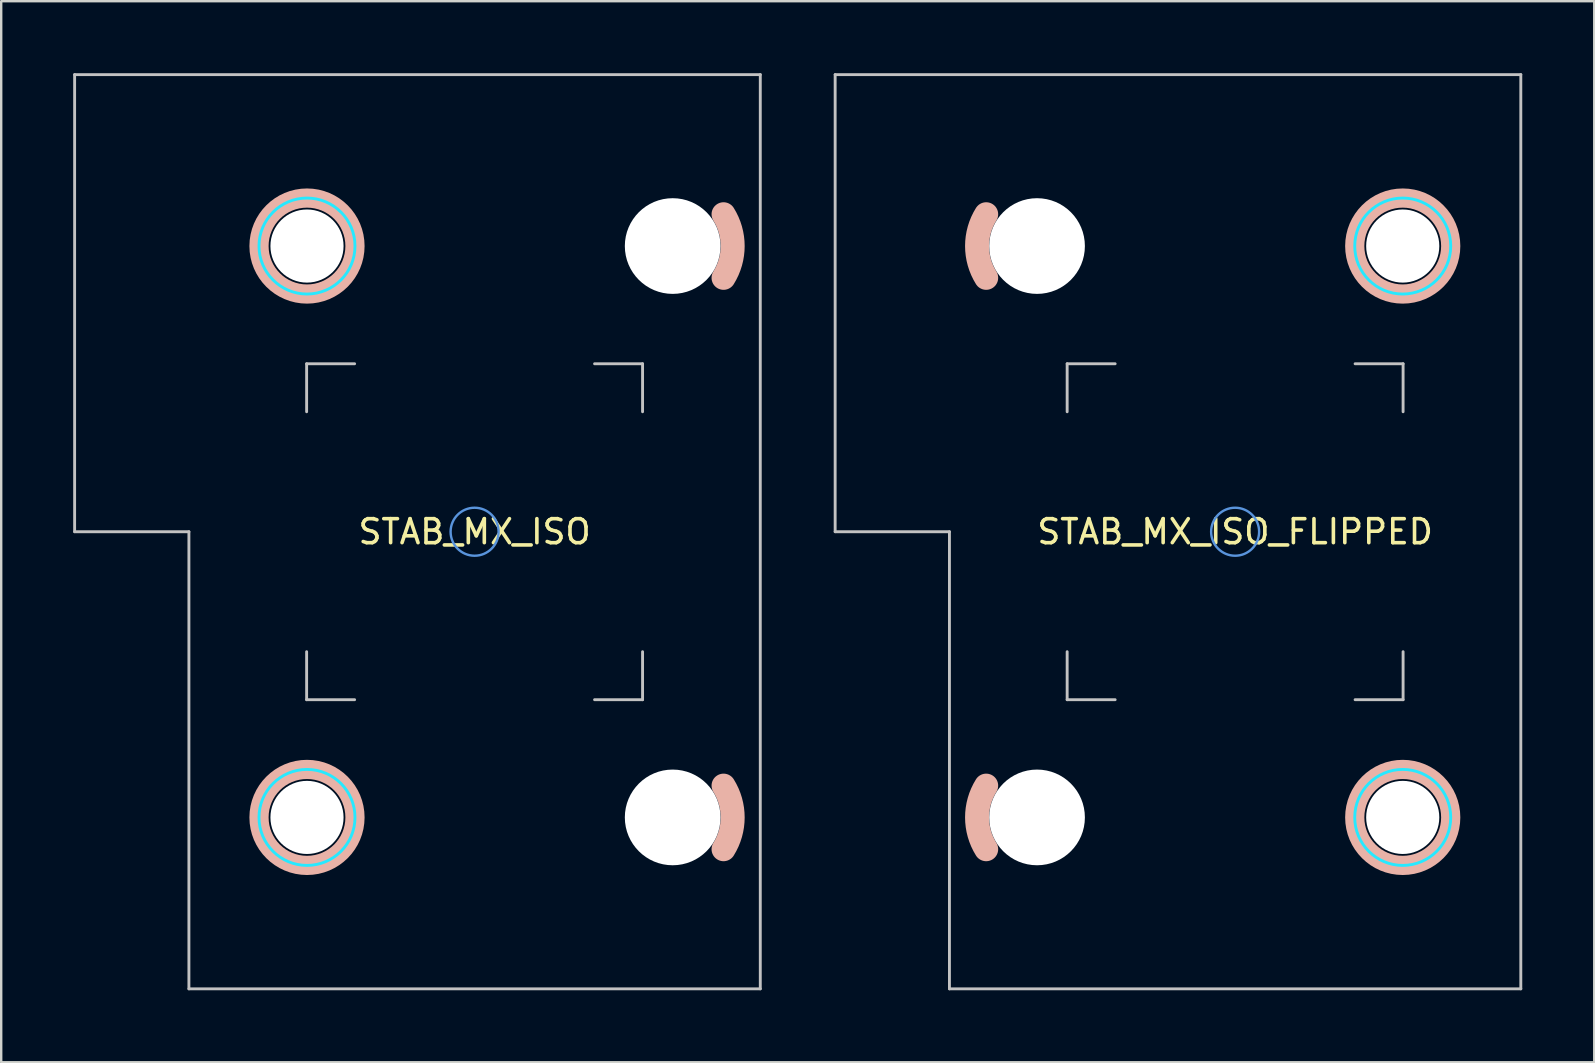
<source format=kicad_pcb>
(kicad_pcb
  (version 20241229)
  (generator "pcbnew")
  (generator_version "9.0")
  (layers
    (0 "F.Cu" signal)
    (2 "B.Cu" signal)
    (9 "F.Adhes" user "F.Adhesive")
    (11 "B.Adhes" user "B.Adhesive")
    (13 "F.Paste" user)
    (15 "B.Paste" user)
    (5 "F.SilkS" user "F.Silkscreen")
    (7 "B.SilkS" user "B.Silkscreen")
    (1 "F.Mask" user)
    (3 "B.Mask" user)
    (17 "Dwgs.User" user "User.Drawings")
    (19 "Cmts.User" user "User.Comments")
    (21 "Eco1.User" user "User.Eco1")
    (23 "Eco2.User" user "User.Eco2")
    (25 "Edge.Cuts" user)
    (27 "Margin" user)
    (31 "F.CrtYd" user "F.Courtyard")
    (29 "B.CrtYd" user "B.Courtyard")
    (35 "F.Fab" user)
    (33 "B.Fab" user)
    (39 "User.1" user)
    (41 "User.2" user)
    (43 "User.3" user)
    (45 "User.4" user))
  (footprint "STAB_MX_ISO"
    (layer "F.Cu")
    (at 16.729 19.11)
    (property "Reference" "STAB_MX_ISO" (at 0 0 180) (layer "F.SilkS") (effects (font (size 1 1) (thickness 0.15))))
    (attr through_hole exclude_from_pos_files exclude_from_bom)
    (fp_arc (start 10.374995 -13.231248) (mid 10.755 -11.90625) (end 10.374995 -10.581252) (stroke (width 1) (type default)) (layer "B.SilkS"))
    (fp_arc (start 10.374995 10.581252) (mid 10.755 11.90625) (end 10.374995 13.231248) (stroke (width 1) (type default)) (layer "B.SilkS"))
    (fp_circle (center -6.985 -11.906) (end -6.985 -9.906) (stroke (width 0.8) (type solid)) (fill no) (layer "B.SilkS"))
    (fp_circle (center -6.985 11.906) (end -6.985 13.906) (stroke (width 0.8) (type solid)) (fill no) (layer "B.SilkS"))
    (fp_line (start -16.669 -19.05) (end -16.669 0) (stroke (width 0.12) (type solid)) (layer "Dwgs.User"))
    (fp_line (start -16.669 0) (end -11.906 0) (stroke (width 0.12) (type solid)) (layer "Dwgs.User"))
    (fp_line (start -11.906 0) (end -11.906 19.05) (stroke (width 0.12) (type solid)) (layer "Dwgs.User"))
    (fp_line (start -11.906 19.05) (end 11.906 19.05) (stroke (width 0.12) (type solid)) (layer "Dwgs.User"))
    (fp_line (start -7 -7) (end -5 -7) (stroke (width 0.12) (type solid)) (layer "Dwgs.User"))
    (fp_line (start -7 -5) (end -7 -7) (stroke (width 0.12) (type solid)) (layer "Dwgs.User"))
    (fp_line (start -7 7) (end -7 5) (stroke (width 0.12) (type solid)) (layer "Dwgs.User"))
    (fp_line (start -5 7) (end -7 7) (stroke (width 0.12) (type solid)) (layer "Dwgs.User"))
    (fp_line (start 7 -7) (end 5 -7) (stroke (width 0.12) (type solid)) (layer "Dwgs.User"))
    (fp_line (start 7 -5) (end 7 -7) (stroke (width 0.12) (type solid)) (layer "Dwgs.User"))
    (fp_line (start 7 5) (end 7 7) (stroke (width 0.12) (type solid)) (layer "Dwgs.User"))
    (fp_line (start 7 7) (end 5 7) (stroke (width 0.12) (type solid)) (layer "Dwgs.User"))
    (fp_line (start 11.906 -19.05) (end -16.669 -19.05) (stroke (width 0.12) (type solid)) (layer "Dwgs.User"))
    (fp_line (start 11.906 19.05) (end 11.906 -19.05) (stroke (width 0.12) (type solid)) (layer "Dwgs.User"))
    (fp_circle (center 0 0) (end 0 -1) (stroke (width 0.1) (type default)) (fill no) (layer "Cmts.User"))
    (fp_line (start -6 -9.031) (end -6 -14.78) (stroke (width 0.05) (type solid)) (layer "Eco2.User"))
    (fp_line (start -6 14.781) (end -6 9.031) (stroke (width 0.05) (type solid)) (layer "Eco2.User"))
    (fp_line (start -5.5 -15.28) (end 7.5 -15.281) (stroke (width 0.05) (type solid)) (layer "Eco2.User"))
    (fp_line (start -5.5 -8.531) (end 7.5 -8.531) (stroke (width 0.05) (type solid)) (layer "Eco2.User"))
    (fp_line (start -5.5 8.531) (end 7.5 8.531) (stroke (width 0.05) (type solid)) (layer "Eco2.User"))
    (fp_line (start -5.5 15.281) (end 7.5 15.281) (stroke (width 0.05) (type solid)) (layer "Eco2.User"))
    (fp_line (start 8 -9.031) (end 8 -14.781) (stroke (width 0.05) (type solid)) (layer "Eco2.User"))
    (fp_line (start 8 14.781) (end 8 9.031) (stroke (width 0.05) (type solid)) (layer "Eco2.User"))
    (fp_arc (start -5.999999 -14.780039) (mid -5.853552 -15.133592) (end -5.499999 -15.280039) (stroke (width 0.05) (type solid)) (layer "Eco2.User"))
    (fp_arc (start -5.999999 9.03125) (mid -5.853552 8.677697) (end -5.499999 8.53125) (stroke (width 0.05) (type solid)) (layer "Eco2.User"))
    (fp_arc (start -5.499999 -8.53125) (mid -5.853552 -8.677697) (end -5.999999 -9.03125) (stroke (width 0.05) (type solid)) (layer "Eco2.User"))
    (fp_arc (start -5.499999 15.28125) (mid -5.853552 15.134803) (end -5.999999 14.78125) (stroke (width 0.05) (type solid)) (layer "Eco2.User"))
    (fp_arc (start 7.500001 -15.28125) (mid 7.853554 -15.134803) (end 8.000001 -14.78125) (stroke (width 0.05) (type solid)) (layer "Eco2.User"))
    (fp_arc (start 7.500001 8.53125) (mid 7.853554 8.677697) (end 8.000001 9.03125) (stroke (width 0.05) (type solid)) (layer "Eco2.User"))
    (fp_arc (start 8.000001 -9.03125) (mid 7.853554 -8.677697) (end 7.500001 -8.53125) (stroke (width 0.05) (type solid)) (layer "Eco2.User"))
    (fp_arc (start 8.000001 14.78125) (mid 7.853554 15.134803) (end 7.500001 15.28125) (stroke (width 0.05) (type solid)) (layer "Eco2.User"))
    (fp_circle (center -6.985 -11.906) (end -4.985 -11.906) (stroke (width 0.12) (type solid)) (fill no) (layer "B.CrtYd"))
    (fp_circle (center -6.985 11.906) (end -4.985 11.906) (stroke (width 0.12) (type solid)) (fill no) (layer "B.CrtYd"))
    (pad "" np_thru_hole circle (at -6.985 -11.906 90) (size 3.048 3.048) (drill 3.048) (layers "*.Cu" "*.Mask"))
    (pad "" np_thru_hole circle (at -6.985 11.906 90) (size 3.048 3.048) (drill 3.048) (layers "*.Cu" "*.Mask"))
    (pad "" np_thru_hole circle (at 8.255 -11.906 90) (size 3.988 3.988) (drill 3.988) (layers "*.Cu" "*.Mask"))
    (pad "" np_thru_hole circle (at 8.255 11.906 90) (size 3.988 3.988) (drill 3.988) (layers "*.Cu" "*.Mask")))
  (footprint "STAB_MX_ISO_FLIPPED"
    (layer "F.Cu")
    (at 48.424 19.11)
    (property "Reference" "STAB_MX_ISO_FLIPPED" (at 0 0 0) (layer "F.SilkS") (effects (font (size 1 1) (thickness 0.15))))
    (attr through_hole exclude_from_pos_files exclude_from_bom)
    (fp_arc (start -10.374995 -10.581252) (mid -10.755 -11.90625) (end -10.374995 -13.231248) (stroke (width 1) (type default)) (layer "B.SilkS"))
    (fp_arc (start -10.374995 13.231248) (mid -10.755 11.90625) (end -10.374995 10.581252) (stroke (width 1) (type default)) (layer "B.SilkS"))
    (fp_circle (center 6.985 -11.906) (end 6.985 -13.906) (stroke (width 0.8) (type solid)) (fill no) (layer "B.SilkS"))
    (fp_circle (center 6.985 11.906) (end 6.985 9.906) (stroke (width 0.8) (type solid)) (fill no) (layer "B.SilkS"))
    (fp_line (start -16.669 -19.05) (end -16.669 0) (stroke (width 0.12) (type solid)) (layer "Dwgs.User"))
    (fp_line (start -16.669 0) (end -11.906 0) (stroke (width 0.12) (type solid)) (layer "Dwgs.User"))
    (fp_line (start -11.906 0) (end -11.906 19.05) (stroke (width 0.12) (type solid)) (layer "Dwgs.User"))
    (fp_line (start -11.906 19.05) (end 11.906 19.05) (stroke (width 0.12) (type solid)) (layer "Dwgs.User"))
    (fp_line (start -7 -7) (end -5 -7) (stroke (width 0.12) (type solid)) (layer "Dwgs.User"))
    (fp_line (start -7 -5) (end -7 -7) (stroke (width 0.12) (type solid)) (layer "Dwgs.User"))
    (fp_line (start -7 7) (end -7 5) (stroke (width 0.12) (type solid)) (layer "Dwgs.User"))
    (fp_line (start -5 7) (end -7 7) (stroke (width 0.12) (type solid)) (layer "Dwgs.User"))
    (fp_line (start 7 -7) (end 5 -7) (stroke (width 0.12) (type solid)) (layer "Dwgs.User"))
    (fp_line (start 7 -5) (end 7 -7) (stroke (width 0.12) (type solid)) (layer "Dwgs.User"))
    (fp_line (start 7 5) (end 7 7) (stroke (width 0.12) (type solid)) (layer "Dwgs.User"))
    (fp_line (start 7 7) (end 5 7) (stroke (width 0.12) (type solid)) (layer "Dwgs.User"))
    (fp_line (start 11.906 -19.05) (end -16.669 -19.05) (stroke (width 0.12) (type solid)) (layer "Dwgs.User"))
    (fp_line (start 11.906 19.05) (end 11.906 -19.05) (stroke (width 0.12) (type solid)) (layer "Dwgs.User"))
    (fp_circle (center 0 0) (end 0 -1) (stroke (width 0.1) (type default)) (fill no) (layer "Cmts.User"))
    (fp_line (start -8 -14.781) (end -8 -9.031) (stroke (width 0.05) (type solid)) (layer "Eco2.User"))
    (fp_line (start -8 9.031) (end -8 14.781) (stroke (width 0.05) (type solid)) (layer "Eco2.User"))
    (fp_line (start 5.5 -15.281) (end -7.5 -15.281) (stroke (width 0.05) (type solid)) (layer "Eco2.User"))
    (fp_line (start 5.5 -8.531) (end -7.5 -8.531) (stroke (width 0.05) (type solid)) (layer "Eco2.User"))
    (fp_line (start 5.5 8.531) (end -7.5 8.531) (stroke (width 0.05) (type solid)) (layer "Eco2.User"))
    (fp_line (start 5.5 15.28) (end -7.5 15.281) (stroke (width 0.05) (type solid)) (layer "Eco2.User"))
    (fp_line (start 6 -14.781) (end 6 -9.031) (stroke (width 0.05) (type solid)) (layer "Eco2.User"))
    (fp_line (start 6 9.031) (end 6 14.78) (stroke (width 0.05) (type solid)) (layer "Eco2.User"))
    (fp_arc (start -8.000001 -14.78125) (mid -7.853554 -15.134803) (end -7.500001 -15.28125) (stroke (width 0.05) (type solid)) (layer "Eco2.User"))
    (fp_arc (start -8.000001 9.03125) (mid -7.853554 8.677697) (end -7.500001 8.53125) (stroke (width 0.05) (type solid)) (layer "Eco2.User"))
    (fp_arc (start -7.500001 -8.53125) (mid -7.853554 -8.677697) (end -8.000001 -9.03125) (stroke (width 0.05) (type solid)) (layer "Eco2.User"))
    (fp_arc (start -7.500001 15.28125) (mid -7.853554 15.134803) (end -8.000001 14.78125) (stroke (width 0.05) (type solid)) (layer "Eco2.User"))
    (fp_arc (start 5.499999 -15.28125) (mid 5.853552 -15.134803) (end 5.999999 -14.78125) (stroke (width 0.05) (type solid)) (layer "Eco2.User"))
    (fp_arc (start 5.499999 8.53125) (mid 5.853552 8.677697) (end 5.999999 9.03125) (stroke (width 0.05) (type solid)) (layer "Eco2.User"))
    (fp_arc (start 5.999999 -9.03125) (mid 5.853552 -8.677697) (end 5.499999 -8.53125) (stroke (width 0.05) (type solid)) (layer "Eco2.User"))
    (fp_arc (start 5.999999 14.780039) (mid 5.853552 15.133592) (end 5.499999 15.280039) (stroke (width 0.05) (type solid)) (layer "Eco2.User"))
    (fp_circle (center 6.985 -11.906) (end 8.985 -11.906) (stroke (width 0.12) (type solid)) (fill no) (layer "B.CrtYd"))
    (fp_circle (center 6.985 11.906) (end 8.985 11.906) (stroke (width 0.12) (type solid)) (fill no) (layer "B.CrtYd"))
    (pad "" np_thru_hole circle (at -8.255 -11.906 270) (size 3.988 3.988) (drill 3.988) (layers "*.Cu" "*.Mask"))
    (pad "" np_thru_hole circle (at -8.255 11.906 270) (size 3.988 3.988) (drill 3.988) (layers "*.Cu" "*.Mask"))
    (pad "" np_thru_hole circle (at 6.985 -11.906 270) (size 3.048 3.048) (drill 3.048) (layers "*.Cu" "*.Mask"))
    (pad "" np_thru_hole circle (at 6.985 11.906 270) (size 3.048 3.048) (drill 3.048) (layers "*.Cu" "*.Mask")))
  (gr_rect
    (start -3 -3)
    (end 63.39 41.22)
    (stroke (width 0.1) (type default))
    (fill no)
    (layer "Edge.Cuts")))
</source>
